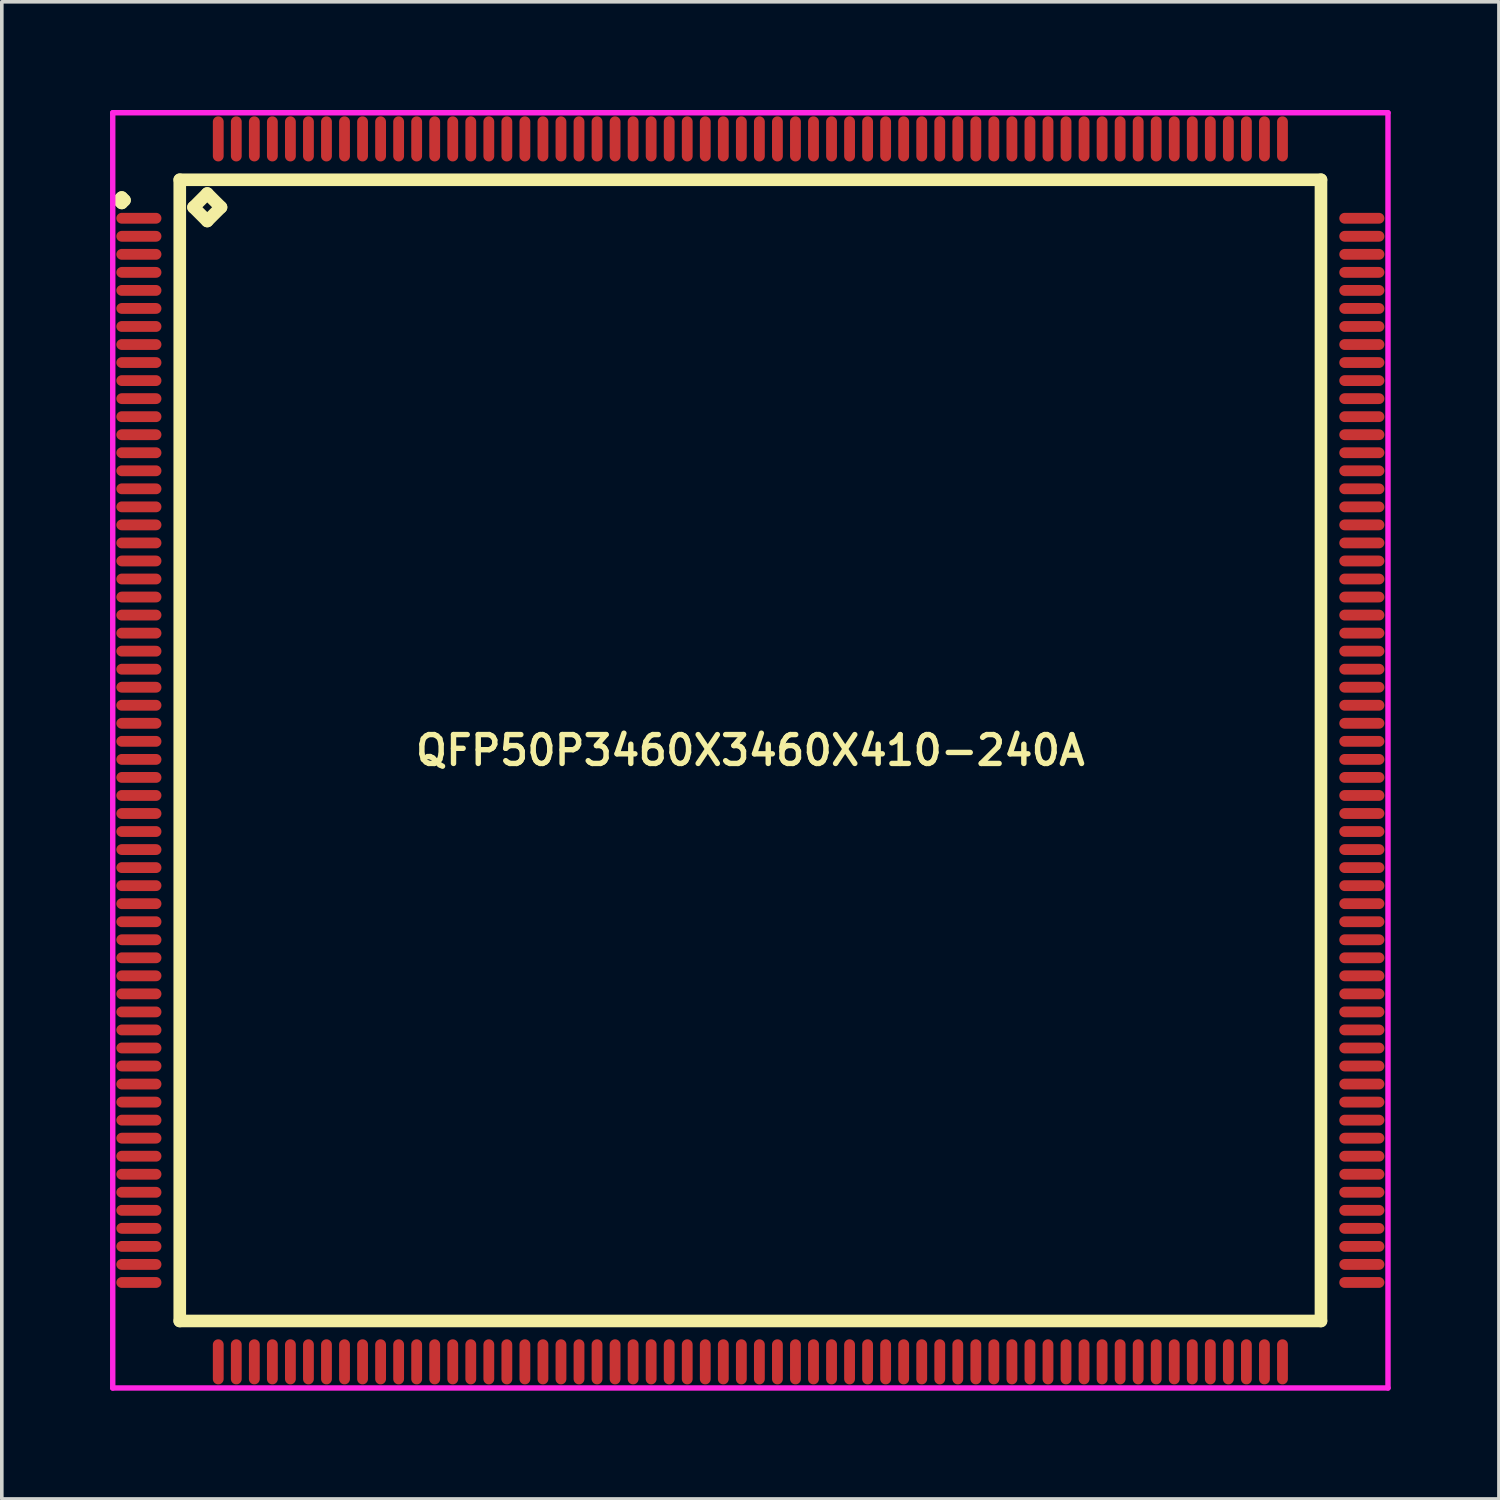
<source format=kicad_pcb>
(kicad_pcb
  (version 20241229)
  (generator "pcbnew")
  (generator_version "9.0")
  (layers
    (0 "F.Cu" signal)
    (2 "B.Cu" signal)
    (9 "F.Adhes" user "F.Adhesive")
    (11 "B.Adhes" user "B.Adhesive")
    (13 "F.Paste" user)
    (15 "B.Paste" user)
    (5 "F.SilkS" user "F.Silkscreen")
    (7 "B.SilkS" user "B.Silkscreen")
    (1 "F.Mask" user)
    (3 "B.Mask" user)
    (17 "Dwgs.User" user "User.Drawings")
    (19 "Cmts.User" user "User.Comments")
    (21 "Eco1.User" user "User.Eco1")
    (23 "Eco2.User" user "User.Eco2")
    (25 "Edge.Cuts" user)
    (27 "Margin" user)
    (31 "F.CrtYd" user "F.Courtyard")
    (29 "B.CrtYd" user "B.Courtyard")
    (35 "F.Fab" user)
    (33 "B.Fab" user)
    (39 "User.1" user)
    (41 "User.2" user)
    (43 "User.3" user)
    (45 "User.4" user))
  (footprint "QFP50P3460X3460X410-240A"
    (layer "F.Cu")
    (at 17.75 17.75)
    (property "Reference" "QFP50P3460X3460X410-240A" (at 0 0 0) (layer "F.SilkS") (effects (font (size 0.8 0.8) (thickness 0.15))))
    (attr smd)
    (fp_line (start -17.5 -15.25) (end -17.425 -15.325) (stroke (width 0.35) (type solid)) (layer "F.SilkS"))
    (fp_line (start -17.425 -15.325) (end -17.35 -15.25) (stroke (width 0.35) (type solid)) (layer "F.SilkS"))
    (fp_line (start -17.425 -15.175) (end -17.5 -15.25) (stroke (width 0.35) (type solid)) (layer "F.SilkS"))
    (fp_line (start -17.35 -15.25) (end -17.425 -15.175) (stroke (width 0.35) (type solid)) (layer "F.SilkS"))
    (fp_line (start -15.817 -15.817) (end -15.817 15.817) (stroke (width 0.35) (type solid)) (layer "F.SilkS"))
    (fp_line (start -15.817 15.817) (end 15.817 15.817) (stroke (width 0.35) (type solid)) (layer "F.SilkS"))
    (fp_line (start -15.436 -15.055) (end -15.055 -15.436) (stroke (width 0.35) (type solid)) (layer "F.SilkS"))
    (fp_line (start -15.055 -15.436) (end -14.674 -15.055) (stroke (width 0.35) (type solid)) (layer "F.SilkS"))
    (fp_line (start -15.055 -14.674) (end -15.436 -15.055) (stroke (width 0.35) (type solid)) (layer "F.SilkS"))
    (fp_line (start -14.674 -15.055) (end -15.055 -14.674) (stroke (width 0.35) (type solid)) (layer "F.SilkS"))
    (fp_line (start 15.817 -15.817) (end -15.817 -15.817) (stroke (width 0.35) (type solid)) (layer "F.SilkS"))
    (fp_line (start 15.817 15.817) (end 15.817 -15.817) (stroke (width 0.35) (type solid)) (layer "F.SilkS"))
    (fp_line (start -17.675 -17.675) (end 17.675 -17.675) (stroke (width 0.15) (type solid)) (layer "F.CrtYd"))
    (fp_line (start -17.675 17.675) (end -17.675 -17.675) (stroke (width 0.15) (type solid)) (layer "F.CrtYd"))
    (fp_line (start 17.675 -17.675) (end 17.675 17.675) (stroke (width 0.15) (type solid)) (layer "F.CrtYd"))
    (fp_line (start 17.675 17.675) (end -17.675 17.675) (stroke (width 0.15) (type solid)) (layer "F.CrtYd"))
    (pad "1" smd oval (at -16.95 -14.75) (size 1.25 0.3) (layers "F.Cu" "F.Mask" "F.Paste"))
    (pad "2" smd oval (at -16.95 -14.25) (size 1.25 0.3) (layers "F.Cu" "F.Mask" "F.Paste"))
    (pad "3" smd oval (at -16.95 -13.75) (size 1.25 0.3) (layers "F.Cu" "F.Mask" "F.Paste"))
    (pad "4" smd oval (at -16.95 -13.25) (size 1.25 0.3) (layers "F.Cu" "F.Mask" "F.Paste"))
    (pad "5" smd oval (at -16.95 -12.75) (size 1.25 0.3) (layers "F.Cu" "F.Mask" "F.Paste"))
    (pad "6" smd oval (at -16.95 -12.25) (size 1.25 0.3) (layers "F.Cu" "F.Mask" "F.Paste"))
    (pad "7" smd oval (at -16.95 -11.75) (size 1.25 0.3) (layers "F.Cu" "F.Mask" "F.Paste"))
    (pad "8" smd oval (at -16.95 -11.25) (size 1.25 0.3) (layers "F.Cu" "F.Mask" "F.Paste"))
    (pad "9" smd oval (at -16.95 -10.75) (size 1.25 0.3) (layers "F.Cu" "F.Mask" "F.Paste"))
    (pad "10" smd oval (at -16.95 -10.25) (size 1.25 0.3) (layers "F.Cu" "F.Mask" "F.Paste"))
    (pad "11" smd oval (at -16.95 -9.75) (size 1.25 0.3) (layers "F.Cu" "F.Mask" "F.Paste"))
    (pad "12" smd oval (at -16.95 -9.25) (size 1.25 0.3) (layers "F.Cu" "F.Mask" "F.Paste"))
    (pad "13" smd oval (at -16.95 -8.75) (size 1.25 0.3) (layers "F.Cu" "F.Mask" "F.Paste"))
    (pad "14" smd oval (at -16.95 -8.25) (size 1.25 0.3) (layers "F.Cu" "F.Mask" "F.Paste"))
    (pad "15" smd oval (at -16.95 -7.75) (size 1.25 0.3) (layers "F.Cu" "F.Mask" "F.Paste"))
    (pad "16" smd oval (at -16.95 -7.25) (size 1.25 0.3) (layers "F.Cu" "F.Mask" "F.Paste"))
    (pad "17" smd oval (at -16.95 -6.75) (size 1.25 0.3) (layers "F.Cu" "F.Mask" "F.Paste"))
    (pad "18" smd oval (at -16.95 -6.25) (size 1.25 0.3) (layers "F.Cu" "F.Mask" "F.Paste"))
    (pad "19" smd oval (at -16.95 -5.75) (size 1.25 0.3) (layers "F.Cu" "F.Mask" "F.Paste"))
    (pad "20" smd oval (at -16.95 -5.25) (size 1.25 0.3) (layers "F.Cu" "F.Mask" "F.Paste"))
    (pad "21" smd oval (at -16.95 -4.75) (size 1.25 0.3) (layers "F.Cu" "F.Mask" "F.Paste"))
    (pad "22" smd oval (at -16.95 -4.25) (size 1.25 0.3) (layers "F.Cu" "F.Mask" "F.Paste"))
    (pad "23" smd oval (at -16.95 -3.75) (size 1.25 0.3) (layers "F.Cu" "F.Mask" "F.Paste"))
    (pad "24" smd oval (at -16.95 -3.25) (size 1.25 0.3) (layers "F.Cu" "F.Mask" "F.Paste"))
    (pad "25" smd oval (at -16.95 -2.75) (size 1.25 0.3) (layers "F.Cu" "F.Mask" "F.Paste"))
    (pad "26" smd oval (at -16.95 -2.25) (size 1.25 0.3) (layers "F.Cu" "F.Mask" "F.Paste"))
    (pad "27" smd oval (at -16.95 -1.75) (size 1.25 0.3) (layers "F.Cu" "F.Mask" "F.Paste"))
    (pad "28" smd oval (at -16.95 -1.25) (size 1.25 0.3) (layers "F.Cu" "F.Mask" "F.Paste"))
    (pad "29" smd oval (at -16.95 -0.75) (size 1.25 0.3) (layers "F.Cu" "F.Mask" "F.Paste"))
    (pad "30" smd oval (at -16.95 -0.25) (size 1.25 0.3) (layers "F.Cu" "F.Mask" "F.Paste"))
    (pad "31" smd oval (at -16.95 0.25) (size 1.25 0.3) (layers "F.Cu" "F.Mask" "F.Paste"))
    (pad "32" smd oval (at -16.95 0.75) (size 1.25 0.3) (layers "F.Cu" "F.Mask" "F.Paste"))
    (pad "33" smd oval (at -16.95 1.25) (size 1.25 0.3) (layers "F.Cu" "F.Mask" "F.Paste"))
    (pad "34" smd oval (at -16.95 1.75) (size 1.25 0.3) (layers "F.Cu" "F.Mask" "F.Paste"))
    (pad "35" smd oval (at -16.95 2.25) (size 1.25 0.3) (layers "F.Cu" "F.Mask" "F.Paste"))
    (pad "36" smd oval (at -16.95 2.75) (size 1.25 0.3) (layers "F.Cu" "F.Mask" "F.Paste"))
    (pad "37" smd oval (at -16.95 3.25) (size 1.25 0.3) (layers "F.Cu" "F.Mask" "F.Paste"))
    (pad "38" smd oval (at -16.95 3.75) (size 1.25 0.3) (layers "F.Cu" "F.Mask" "F.Paste"))
    (pad "39" smd oval (at -16.95 4.25) (size 1.25 0.3) (layers "F.Cu" "F.Mask" "F.Paste"))
    (pad "40" smd oval (at -16.95 4.75) (size 1.25 0.3) (layers "F.Cu" "F.Mask" "F.Paste"))
    (pad "41" smd oval (at -16.95 5.25) (size 1.25 0.3) (layers "F.Cu" "F.Mask" "F.Paste"))
    (pad "42" smd oval (at -16.95 5.75) (size 1.25 0.3) (layers "F.Cu" "F.Mask" "F.Paste"))
    (pad "43" smd oval (at -16.95 6.25) (size 1.25 0.3) (layers "F.Cu" "F.Mask" "F.Paste"))
    (pad "44" smd oval (at -16.95 6.75) (size 1.25 0.3) (layers "F.Cu" "F.Mask" "F.Paste"))
    (pad "45" smd oval (at -16.95 7.25) (size 1.25 0.3) (layers "F.Cu" "F.Mask" "F.Paste"))
    (pad "46" smd oval (at -16.95 7.75) (size 1.25 0.3) (layers "F.Cu" "F.Mask" "F.Paste"))
    (pad "47" smd oval (at -16.95 8.25) (size 1.25 0.3) (layers "F.Cu" "F.Mask" "F.Paste"))
    (pad "48" smd oval (at -16.95 8.75) (size 1.25 0.3) (layers "F.Cu" "F.Mask" "F.Paste"))
    (pad "49" smd oval (at -16.95 9.25) (size 1.25 0.3) (layers "F.Cu" "F.Mask" "F.Paste"))
    (pad "50" smd oval (at -16.95 9.75) (size 1.25 0.3) (layers "F.Cu" "F.Mask" "F.Paste"))
    (pad "51" smd oval (at -16.95 10.25) (size 1.25 0.3) (layers "F.Cu" "F.Mask" "F.Paste"))
    (pad "52" smd oval (at -16.95 10.75) (size 1.25 0.3) (layers "F.Cu" "F.Mask" "F.Paste"))
    (pad "53" smd oval (at -16.95 11.25) (size 1.25 0.3) (layers "F.Cu" "F.Mask" "F.Paste"))
    (pad "54" smd oval (at -16.95 11.75) (size 1.25 0.3) (layers "F.Cu" "F.Mask" "F.Paste"))
    (pad "55" smd oval (at -16.95 12.25) (size 1.25 0.3) (layers "F.Cu" "F.Mask" "F.Paste"))
    (pad "56" smd oval (at -16.95 12.75) (size 1.25 0.3) (layers "F.Cu" "F.Mask" "F.Paste"))
    (pad "57" smd oval (at -16.95 13.25) (size 1.25 0.3) (layers "F.Cu" "F.Mask" "F.Paste"))
    (pad "58" smd oval (at -16.95 13.75) (size 1.25 0.3) (layers "F.Cu" "F.Mask" "F.Paste"))
    (pad "59" smd oval (at -16.95 14.25) (size 1.25 0.3) (layers "F.Cu" "F.Mask" "F.Paste"))
    (pad "60" smd oval (at -16.95 14.75) (size 1.25 0.3) (layers "F.Cu" "F.Mask" "F.Paste"))
    (pad "61" smd oval (at -14.75 16.95) (size 0.3 1.25) (layers "F.Cu" "F.Mask" "F.Paste"))
    (pad "62" smd oval (at -14.25 16.95) (size 0.3 1.25) (layers "F.Cu" "F.Mask" "F.Paste"))
    (pad "63" smd oval (at -13.75 16.95) (size 0.3 1.25) (layers "F.Cu" "F.Mask" "F.Paste"))
    (pad "64" smd oval (at -13.25 16.95) (size 0.3 1.25) (layers "F.Cu" "F.Mask" "F.Paste"))
    (pad "65" smd oval (at -12.75 16.95) (size 0.3 1.25) (layers "F.Cu" "F.Mask" "F.Paste"))
    (pad "66" smd oval (at -12.25 16.95) (size 0.3 1.25) (layers "F.Cu" "F.Mask" "F.Paste"))
    (pad "67" smd oval (at -11.75 16.95) (size 0.3 1.25) (layers "F.Cu" "F.Mask" "F.Paste"))
    (pad "68" smd oval (at -11.25 16.95) (size 0.3 1.25) (layers "F.Cu" "F.Mask" "F.Paste"))
    (pad "69" smd oval (at -10.75 16.95) (size 0.3 1.25) (layers "F.Cu" "F.Mask" "F.Paste"))
    (pad "70" smd oval (at -10.25 16.95) (size 0.3 1.25) (layers "F.Cu" "F.Mask" "F.Paste"))
    (pad "71" smd oval (at -9.75 16.95) (size 0.3 1.25) (layers "F.Cu" "F.Mask" "F.Paste"))
    (pad "72" smd oval (at -9.25 16.95) (size 0.3 1.25) (layers "F.Cu" "F.Mask" "F.Paste"))
    (pad "73" smd oval (at -8.75 16.95) (size 0.3 1.25) (layers "F.Cu" "F.Mask" "F.Paste"))
    (pad "74" smd oval (at -8.25 16.95) (size 0.3 1.25) (layers "F.Cu" "F.Mask" "F.Paste"))
    (pad "75" smd oval (at -7.75 16.95) (size 0.3 1.25) (layers "F.Cu" "F.Mask" "F.Paste"))
    (pad "76" smd oval (at -7.25 16.95) (size 0.3 1.25) (layers "F.Cu" "F.Mask" "F.Paste"))
    (pad "77" smd oval (at -6.75 16.95) (size 0.3 1.25) (layers "F.Cu" "F.Mask" "F.Paste"))
    (pad "78" smd oval (at -6.25 16.95) (size 0.3 1.25) (layers "F.Cu" "F.Mask" "F.Paste"))
    (pad "79" smd oval (at -5.75 16.95) (size 0.3 1.25) (layers "F.Cu" "F.Mask" "F.Paste"))
    (pad "80" smd oval (at -5.25 16.95) (size 0.3 1.25) (layers "F.Cu" "F.Mask" "F.Paste"))
    (pad "81" smd oval (at -4.75 16.95) (size 0.3 1.25) (layers "F.Cu" "F.Mask" "F.Paste"))
    (pad "82" smd oval (at -4.25 16.95) (size 0.3 1.25) (layers "F.Cu" "F.Mask" "F.Paste"))
    (pad "83" smd oval (at -3.75 16.95) (size 0.3 1.25) (layers "F.Cu" "F.Mask" "F.Paste"))
    (pad "84" smd oval (at -3.25 16.95) (size 0.3 1.25) (layers "F.Cu" "F.Mask" "F.Paste"))
    (pad "85" smd oval (at -2.75 16.95) (size 0.3 1.25) (layers "F.Cu" "F.Mask" "F.Paste"))
    (pad "86" smd oval (at -2.25 16.95) (size 0.3 1.25) (layers "F.Cu" "F.Mask" "F.Paste"))
    (pad "87" smd oval (at -1.75 16.95) (size 0.3 1.25) (layers "F.Cu" "F.Mask" "F.Paste"))
    (pad "88" smd oval (at -1.25 16.95) (size 0.3 1.25) (layers "F.Cu" "F.Mask" "F.Paste"))
    (pad "89" smd oval (at -0.75 16.95) (size 0.3 1.25) (layers "F.Cu" "F.Mask" "F.Paste"))
    (pad "90" smd oval (at -0.25 16.95) (size 0.3 1.25) (layers "F.Cu" "F.Mask" "F.Paste"))
    (pad "91" smd oval (at 0.25 16.95) (size 0.3 1.25) (layers "F.Cu" "F.Mask" "F.Paste"))
    (pad "92" smd oval (at 0.75 16.95) (size 0.3 1.25) (layers "F.Cu" "F.Mask" "F.Paste"))
    (pad "93" smd oval (at 1.25 16.95) (size 0.3 1.25) (layers "F.Cu" "F.Mask" "F.Paste"))
    (pad "94" smd oval (at 1.75 16.95) (size 0.3 1.25) (layers "F.Cu" "F.Mask" "F.Paste"))
    (pad "95" smd oval (at 2.25 16.95) (size 0.3 1.25) (layers "F.Cu" "F.Mask" "F.Paste"))
    (pad "96" smd oval (at 2.75 16.95) (size 0.3 1.25) (layers "F.Cu" "F.Mask" "F.Paste"))
    (pad "97" smd oval (at 3.25 16.95) (size 0.3 1.25) (layers "F.Cu" "F.Mask" "F.Paste"))
    (pad "98" smd oval (at 3.75 16.95) (size 0.3 1.25) (layers "F.Cu" "F.Mask" "F.Paste"))
    (pad "99" smd oval (at 4.25 16.95) (size 0.3 1.25) (layers "F.Cu" "F.Mask" "F.Paste"))
    (pad "100" smd oval (at 4.75 16.95) (size 0.3 1.25) (layers "F.Cu" "F.Mask" "F.Paste"))
    (pad "101" smd oval (at 5.25 16.95) (size 0.3 1.25) (layers "F.Cu" "F.Mask" "F.Paste"))
    (pad "102" smd oval (at 5.75 16.95) (size 0.3 1.25) (layers "F.Cu" "F.Mask" "F.Paste"))
    (pad "103" smd oval (at 6.25 16.95) (size 0.3 1.25) (layers "F.Cu" "F.Mask" "F.Paste"))
    (pad "104" smd oval (at 6.75 16.95) (size 0.3 1.25) (layers "F.Cu" "F.Mask" "F.Paste"))
    (pad "105" smd oval (at 7.25 16.95) (size 0.3 1.25) (layers "F.Cu" "F.Mask" "F.Paste"))
    (pad "106" smd oval (at 7.75 16.95) (size 0.3 1.25) (layers "F.Cu" "F.Mask" "F.Paste"))
    (pad "107" smd oval (at 8.25 16.95) (size 0.3 1.25) (layers "F.Cu" "F.Mask" "F.Paste"))
    (pad "108" smd oval (at 8.75 16.95) (size 0.3 1.25) (layers "F.Cu" "F.Mask" "F.Paste"))
    (pad "109" smd oval (at 9.25 16.95) (size 0.3 1.25) (layers "F.Cu" "F.Mask" "F.Paste"))
    (pad "110" smd oval (at 9.75 16.95) (size 0.3 1.25) (layers "F.Cu" "F.Mask" "F.Paste"))
    (pad "111" smd oval (at 10.25 16.95) (size 0.3 1.25) (layers "F.Cu" "F.Mask" "F.Paste"))
    (pad "112" smd oval (at 10.75 16.95) (size 0.3 1.25) (layers "F.Cu" "F.Mask" "F.Paste"))
    (pad "113" smd oval (at 11.25 16.95) (size 0.3 1.25) (layers "F.Cu" "F.Mask" "F.Paste"))
    (pad "114" smd oval (at 11.75 16.95) (size 0.3 1.25) (layers "F.Cu" "F.Mask" "F.Paste"))
    (pad "115" smd oval (at 12.25 16.95) (size 0.3 1.25) (layers "F.Cu" "F.Mask" "F.Paste"))
    (pad "116" smd oval (at 12.75 16.95) (size 0.3 1.25) (layers "F.Cu" "F.Mask" "F.Paste"))
    (pad "117" smd oval (at 13.25 16.95) (size 0.3 1.25) (layers "F.Cu" "F.Mask" "F.Paste"))
    (pad "118" smd oval (at 13.75 16.95) (size 0.3 1.25) (layers "F.Cu" "F.Mask" "F.Paste"))
    (pad "119" smd oval (at 14.25 16.95) (size 0.3 1.25) (layers "F.Cu" "F.Mask" "F.Paste"))
    (pad "120" smd oval (at 14.75 16.95) (size 0.3 1.25) (layers "F.Cu" "F.Mask" "F.Paste"))
    (pad "121" smd oval (at 16.95 14.75) (size 1.25 0.3) (layers "F.Cu" "F.Mask" "F.Paste"))
    (pad "122" smd oval (at 16.95 14.25) (size 1.25 0.3) (layers "F.Cu" "F.Mask" "F.Paste"))
    (pad "123" smd oval (at 16.95 13.75) (size 1.25 0.3) (layers "F.Cu" "F.Mask" "F.Paste"))
    (pad "124" smd oval (at 16.95 13.25) (size 1.25 0.3) (layers "F.Cu" "F.Mask" "F.Paste"))
    (pad "125" smd oval (at 16.95 12.75) (size 1.25 0.3) (layers "F.Cu" "F.Mask" "F.Paste"))
    (pad "126" smd oval (at 16.95 12.25) (size 1.25 0.3) (layers "F.Cu" "F.Mask" "F.Paste"))
    (pad "127" smd oval (at 16.95 11.75) (size 1.25 0.3) (layers "F.Cu" "F.Mask" "F.Paste"))
    (pad "128" smd oval (at 16.95 11.25) (size 1.25 0.3) (layers "F.Cu" "F.Mask" "F.Paste"))
    (pad "129" smd oval (at 16.95 10.75) (size 1.25 0.3) (layers "F.Cu" "F.Mask" "F.Paste"))
    (pad "130" smd oval (at 16.95 10.25) (size 1.25 0.3) (layers "F.Cu" "F.Mask" "F.Paste"))
    (pad "131" smd oval (at 16.95 9.75) (size 1.25 0.3) (layers "F.Cu" "F.Mask" "F.Paste"))
    (pad "132" smd oval (at 16.95 9.25) (size 1.25 0.3) (layers "F.Cu" "F.Mask" "F.Paste"))
    (pad "133" smd oval (at 16.95 8.75) (size 1.25 0.3) (layers "F.Cu" "F.Mask" "F.Paste"))
    (pad "134" smd oval (at 16.95 8.25) (size 1.25 0.3) (layers "F.Cu" "F.Mask" "F.Paste"))
    (pad "135" smd oval (at 16.95 7.75) (size 1.25 0.3) (layers "F.Cu" "F.Mask" "F.Paste"))
    (pad "136" smd oval (at 16.95 7.25) (size 1.25 0.3) (layers "F.Cu" "F.Mask" "F.Paste"))
    (pad "137" smd oval (at 16.95 6.75) (size 1.25 0.3) (layers "F.Cu" "F.Mask" "F.Paste"))
    (pad "138" smd oval (at 16.95 6.25) (size 1.25 0.3) (layers "F.Cu" "F.Mask" "F.Paste"))
    (pad "139" smd oval (at 16.95 5.75) (size 1.25 0.3) (layers "F.Cu" "F.Mask" "F.Paste"))
    (pad "140" smd oval (at 16.95 5.25) (size 1.25 0.3) (layers "F.Cu" "F.Mask" "F.Paste"))
    (pad "141" smd oval (at 16.95 4.75) (size 1.25 0.3) (layers "F.Cu" "F.Mask" "F.Paste"))
    (pad "142" smd oval (at 16.95 4.25) (size 1.25 0.3) (layers "F.Cu" "F.Mask" "F.Paste"))
    (pad "143" smd oval (at 16.95 3.75) (size 1.25 0.3) (layers "F.Cu" "F.Mask" "F.Paste"))
    (pad "144" smd oval (at 16.95 3.25) (size 1.25 0.3) (layers "F.Cu" "F.Mask" "F.Paste"))
    (pad "145" smd oval (at 16.95 2.75) (size 1.25 0.3) (layers "F.Cu" "F.Mask" "F.Paste"))
    (pad "146" smd oval (at 16.95 2.25) (size 1.25 0.3) (layers "F.Cu" "F.Mask" "F.Paste"))
    (pad "147" smd oval (at 16.95 1.75) (size 1.25 0.3) (layers "F.Cu" "F.Mask" "F.Paste"))
    (pad "148" smd oval (at 16.95 1.25) (size 1.25 0.3) (layers "F.Cu" "F.Mask" "F.Paste"))
    (pad "149" smd oval (at 16.95 0.75) (size 1.25 0.3) (layers "F.Cu" "F.Mask" "F.Paste"))
    (pad "150" smd oval (at 16.95 0.25) (size 1.25 0.3) (layers "F.Cu" "F.Mask" "F.Paste"))
    (pad "151" smd oval (at 16.95 -0.25) (size 1.25 0.3) (layers "F.Cu" "F.Mask" "F.Paste"))
    (pad "152" smd oval (at 16.95 -0.75) (size 1.25 0.3) (layers "F.Cu" "F.Mask" "F.Paste"))
    (pad "153" smd oval (at 16.95 -1.25) (size 1.25 0.3) (layers "F.Cu" "F.Mask" "F.Paste"))
    (pad "154" smd oval (at 16.95 -1.75) (size 1.25 0.3) (layers "F.Cu" "F.Mask" "F.Paste"))
    (pad "155" smd oval (at 16.95 -2.25) (size 1.25 0.3) (layers "F.Cu" "F.Mask" "F.Paste"))
    (pad "156" smd oval (at 16.95 -2.75) (size 1.25 0.3) (layers "F.Cu" "F.Mask" "F.Paste"))
    (pad "157" smd oval (at 16.95 -3.25) (size 1.25 0.3) (layers "F.Cu" "F.Mask" "F.Paste"))
    (pad "158" smd oval (at 16.95 -3.75) (size 1.25 0.3) (layers "F.Cu" "F.Mask" "F.Paste"))
    (pad "159" smd oval (at 16.95 -4.25) (size 1.25 0.3) (layers "F.Cu" "F.Mask" "F.Paste"))
    (pad "160" smd oval (at 16.95 -4.75) (size 1.25 0.3) (layers "F.Cu" "F.Mask" "F.Paste"))
    (pad "161" smd oval (at 16.95 -5.25) (size 1.25 0.3) (layers "F.Cu" "F.Mask" "F.Paste"))
    (pad "162" smd oval (at 16.95 -5.75) (size 1.25 0.3) (layers "F.Cu" "F.Mask" "F.Paste"))
    (pad "163" smd oval (at 16.95 -6.25) (size 1.25 0.3) (layers "F.Cu" "F.Mask" "F.Paste"))
    (pad "164" smd oval (at 16.95 -6.75) (size 1.25 0.3) (layers "F.Cu" "F.Mask" "F.Paste"))
    (pad "165" smd oval (at 16.95 -7.25) (size 1.25 0.3) (layers "F.Cu" "F.Mask" "F.Paste"))
    (pad "166" smd oval (at 16.95 -7.75) (size 1.25 0.3) (layers "F.Cu" "F.Mask" "F.Paste"))
    (pad "167" smd oval (at 16.95 -8.25) (size 1.25 0.3) (layers "F.Cu" "F.Mask" "F.Paste"))
    (pad "168" smd oval (at 16.95 -8.75) (size 1.25 0.3) (layers "F.Cu" "F.Mask" "F.Paste"))
    (pad "169" smd oval (at 16.95 -9.25) (size 1.25 0.3) (layers "F.Cu" "F.Mask" "F.Paste"))
    (pad "170" smd oval (at 16.95 -9.75) (size 1.25 0.3) (layers "F.Cu" "F.Mask" "F.Paste"))
    (pad "171" smd oval (at 16.95 -10.25) (size 1.25 0.3) (layers "F.Cu" "F.Mask" "F.Paste"))
    (pad "172" smd oval (at 16.95 -10.75) (size 1.25 0.3) (layers "F.Cu" "F.Mask" "F.Paste"))
    (pad "173" smd oval (at 16.95 -11.25) (size 1.25 0.3) (layers "F.Cu" "F.Mask" "F.Paste"))
    (pad "174" smd oval (at 16.95 -11.75) (size 1.25 0.3) (layers "F.Cu" "F.Mask" "F.Paste"))
    (pad "175" smd oval (at 16.95 -12.25) (size 1.25 0.3) (layers "F.Cu" "F.Mask" "F.Paste"))
    (pad "176" smd oval (at 16.95 -12.75) (size 1.25 0.3) (layers "F.Cu" "F.Mask" "F.Paste"))
    (pad "177" smd oval (at 16.95 -13.25) (size 1.25 0.3) (layers "F.Cu" "F.Mask" "F.Paste"))
    (pad "178" smd oval (at 16.95 -13.75) (size 1.25 0.3) (layers "F.Cu" "F.Mask" "F.Paste"))
    (pad "179" smd oval (at 16.95 -14.25) (size 1.25 0.3) (layers "F.Cu" "F.Mask" "F.Paste"))
    (pad "180" smd oval (at 16.95 -14.75) (size 1.25 0.3) (layers "F.Cu" "F.Mask" "F.Paste"))
    (pad "181" smd oval (at 14.75 -16.95) (size 0.3 1.25) (layers "F.Cu" "F.Mask" "F.Paste"))
    (pad "182" smd oval (at 14.25 -16.95) (size 0.3 1.25) (layers "F.Cu" "F.Mask" "F.Paste"))
    (pad "183" smd oval (at 13.75 -16.95) (size 0.3 1.25) (layers "F.Cu" "F.Mask" "F.Paste"))
    (pad "184" smd oval (at 13.25 -16.95) (size 0.3 1.25) (layers "F.Cu" "F.Mask" "F.Paste"))
    (pad "185" smd oval (at 12.75 -16.95) (size 0.3 1.25) (layers "F.Cu" "F.Mask" "F.Paste"))
    (pad "186" smd oval (at 12.25 -16.95) (size 0.3 1.25) (layers "F.Cu" "F.Mask" "F.Paste"))
    (pad "187" smd oval (at 11.75 -16.95) (size 0.3 1.25) (layers "F.Cu" "F.Mask" "F.Paste"))
    (pad "188" smd oval (at 11.25 -16.95) (size 0.3 1.25) (layers "F.Cu" "F.Mask" "F.Paste"))
    (pad "189" smd oval (at 10.75 -16.95) (size 0.3 1.25) (layers "F.Cu" "F.Mask" "F.Paste"))
    (pad "190" smd oval (at 10.25 -16.95) (size 0.3 1.25) (layers "F.Cu" "F.Mask" "F.Paste"))
    (pad "191" smd oval (at 9.75 -16.95) (size 0.3 1.25) (layers "F.Cu" "F.Mask" "F.Paste"))
    (pad "192" smd oval (at 9.25 -16.95) (size 0.3 1.25) (layers "F.Cu" "F.Mask" "F.Paste"))
    (pad "193" smd oval (at 8.75 -16.95) (size 0.3 1.25) (layers "F.Cu" "F.Mask" "F.Paste"))
    (pad "194" smd oval (at 8.25 -16.95) (size 0.3 1.25) (layers "F.Cu" "F.Mask" "F.Paste"))
    (pad "195" smd oval (at 7.75 -16.95) (size 0.3 1.25) (layers "F.Cu" "F.Mask" "F.Paste"))
    (pad "196" smd oval (at 7.25 -16.95) (size 0.3 1.25) (layers "F.Cu" "F.Mask" "F.Paste"))
    (pad "197" smd oval (at 6.75 -16.95) (size 0.3 1.25) (layers "F.Cu" "F.Mask" "F.Paste"))
    (pad "198" smd oval (at 6.25 -16.95) (size 0.3 1.25) (layers "F.Cu" "F.Mask" "F.Paste"))
    (pad "199" smd oval (at 5.75 -16.95) (size 0.3 1.25) (layers "F.Cu" "F.Mask" "F.Paste"))
    (pad "200" smd oval (at 5.25 -16.95) (size 0.3 1.25) (layers "F.Cu" "F.Mask" "F.Paste"))
    (pad "201" smd oval (at 4.75 -16.95) (size 0.3 1.25) (layers "F.Cu" "F.Mask" "F.Paste"))
    (pad "202" smd oval (at 4.25 -16.95) (size 0.3 1.25) (layers "F.Cu" "F.Mask" "F.Paste"))
    (pad "203" smd oval (at 3.75 -16.95) (size 0.3 1.25) (layers "F.Cu" "F.Mask" "F.Paste"))
    (pad "204" smd oval (at 3.25 -16.95) (size 0.3 1.25) (layers "F.Cu" "F.Mask" "F.Paste"))
    (pad "205" smd oval (at 2.75 -16.95) (size 0.3 1.25) (layers "F.Cu" "F.Mask" "F.Paste"))
    (pad "206" smd oval (at 2.25 -16.95) (size 0.3 1.25) (layers "F.Cu" "F.Mask" "F.Paste"))
    (pad "207" smd oval (at 1.75 -16.95) (size 0.3 1.25) (layers "F.Cu" "F.Mask" "F.Paste"))
    (pad "208" smd oval (at 1.25 -16.95) (size 0.3 1.25) (layers "F.Cu" "F.Mask" "F.Paste"))
    (pad "209" smd oval (at 0.75 -16.95) (size 0.3 1.25) (layers "F.Cu" "F.Mask" "F.Paste"))
    (pad "210" smd oval (at 0.25 -16.95) (size 0.3 1.25) (layers "F.Cu" "F.Mask" "F.Paste"))
    (pad "211" smd oval (at -0.25 -16.95) (size 0.3 1.25) (layers "F.Cu" "F.Mask" "F.Paste"))
    (pad "212" smd oval (at -0.75 -16.95) (size 0.3 1.25) (layers "F.Cu" "F.Mask" "F.Paste"))
    (pad "213" smd oval (at -1.25 -16.95) (size 0.3 1.25) (layers "F.Cu" "F.Mask" "F.Paste"))
    (pad "214" smd oval (at -1.75 -16.95) (size 0.3 1.25) (layers "F.Cu" "F.Mask" "F.Paste"))
    (pad "215" smd oval (at -2.25 -16.95) (size 0.3 1.25) (layers "F.Cu" "F.Mask" "F.Paste"))
    (pad "216" smd oval (at -2.75 -16.95) (size 0.3 1.25) (layers "F.Cu" "F.Mask" "F.Paste"))
    (pad "217" smd oval (at -3.25 -16.95) (size 0.3 1.25) (layers "F.Cu" "F.Mask" "F.Paste"))
    (pad "218" smd oval (at -3.75 -16.95) (size 0.3 1.25) (layers "F.Cu" "F.Mask" "F.Paste"))
    (pad "219" smd oval (at -4.25 -16.95) (size 0.3 1.25) (layers "F.Cu" "F.Mask" "F.Paste"))
    (pad "220" smd oval (at -4.75 -16.95) (size 0.3 1.25) (layers "F.Cu" "F.Mask" "F.Paste"))
    (pad "221" smd oval (at -5.25 -16.95) (size 0.3 1.25) (layers "F.Cu" "F.Mask" "F.Paste"))
    (pad "222" smd oval (at -5.75 -16.95) (size 0.3 1.25) (layers "F.Cu" "F.Mask" "F.Paste"))
    (pad "223" smd oval (at -6.25 -16.95) (size 0.3 1.25) (layers "F.Cu" "F.Mask" "F.Paste"))
    (pad "224" smd oval (at -6.75 -16.95) (size 0.3 1.25) (layers "F.Cu" "F.Mask" "F.Paste"))
    (pad "225" smd oval (at -7.25 -16.95) (size 0.3 1.25) (layers "F.Cu" "F.Mask" "F.Paste"))
    (pad "226" smd oval (at -7.75 -16.95) (size 0.3 1.25) (layers "F.Cu" "F.Mask" "F.Paste"))
    (pad "227" smd oval (at -8.25 -16.95) (size 0.3 1.25) (layers "F.Cu" "F.Mask" "F.Paste"))
    (pad "228" smd oval (at -8.75 -16.95) (size 0.3 1.25) (layers "F.Cu" "F.Mask" "F.Paste"))
    (pad "229" smd oval (at -9.25 -16.95) (size 0.3 1.25) (layers "F.Cu" "F.Mask" "F.Paste"))
    (pad "230" smd oval (at -9.75 -16.95) (size 0.3 1.25) (layers "F.Cu" "F.Mask" "F.Paste"))
    (pad "231" smd oval (at -10.25 -16.95) (size 0.3 1.25) (layers "F.Cu" "F.Mask" "F.Paste"))
    (pad "232" smd oval (at -10.75 -16.95) (size 0.3 1.25) (layers "F.Cu" "F.Mask" "F.Paste"))
    (pad "233" smd oval (at -11.25 -16.95) (size 0.3 1.25) (layers "F.Cu" "F.Mask" "F.Paste"))
    (pad "234" smd oval (at -11.75 -16.95) (size 0.3 1.25) (layers "F.Cu" "F.Mask" "F.Paste"))
    (pad "235" smd oval (at -12.25 -16.95) (size 0.3 1.25) (layers "F.Cu" "F.Mask" "F.Paste"))
    (pad "236" smd oval (at -12.75 -16.95) (size 0.3 1.25) (layers "F.Cu" "F.Mask" "F.Paste"))
    (pad "237" smd oval (at -13.25 -16.95) (size 0.3 1.25) (layers "F.Cu" "F.Mask" "F.Paste"))
    (pad "238" smd oval (at -13.75 -16.95) (size 0.3 1.25) (layers "F.Cu" "F.Mask" "F.Paste"))
    (pad "239" smd oval (at -14.25 -16.95) (size 0.3 1.25) (layers "F.Cu" "F.Mask" "F.Paste"))
    (pad "240" smd oval (at -14.75 -16.95) (size 0.3 1.25) (layers "F.Cu" "F.Mask" "F.Paste")))
  (gr_rect
    (start -3 -3)
    (end 38.5 38.5)
    (stroke (width 0.1) (type default))
    (fill no)
    (layer "Edge.Cuts")))
</source>
